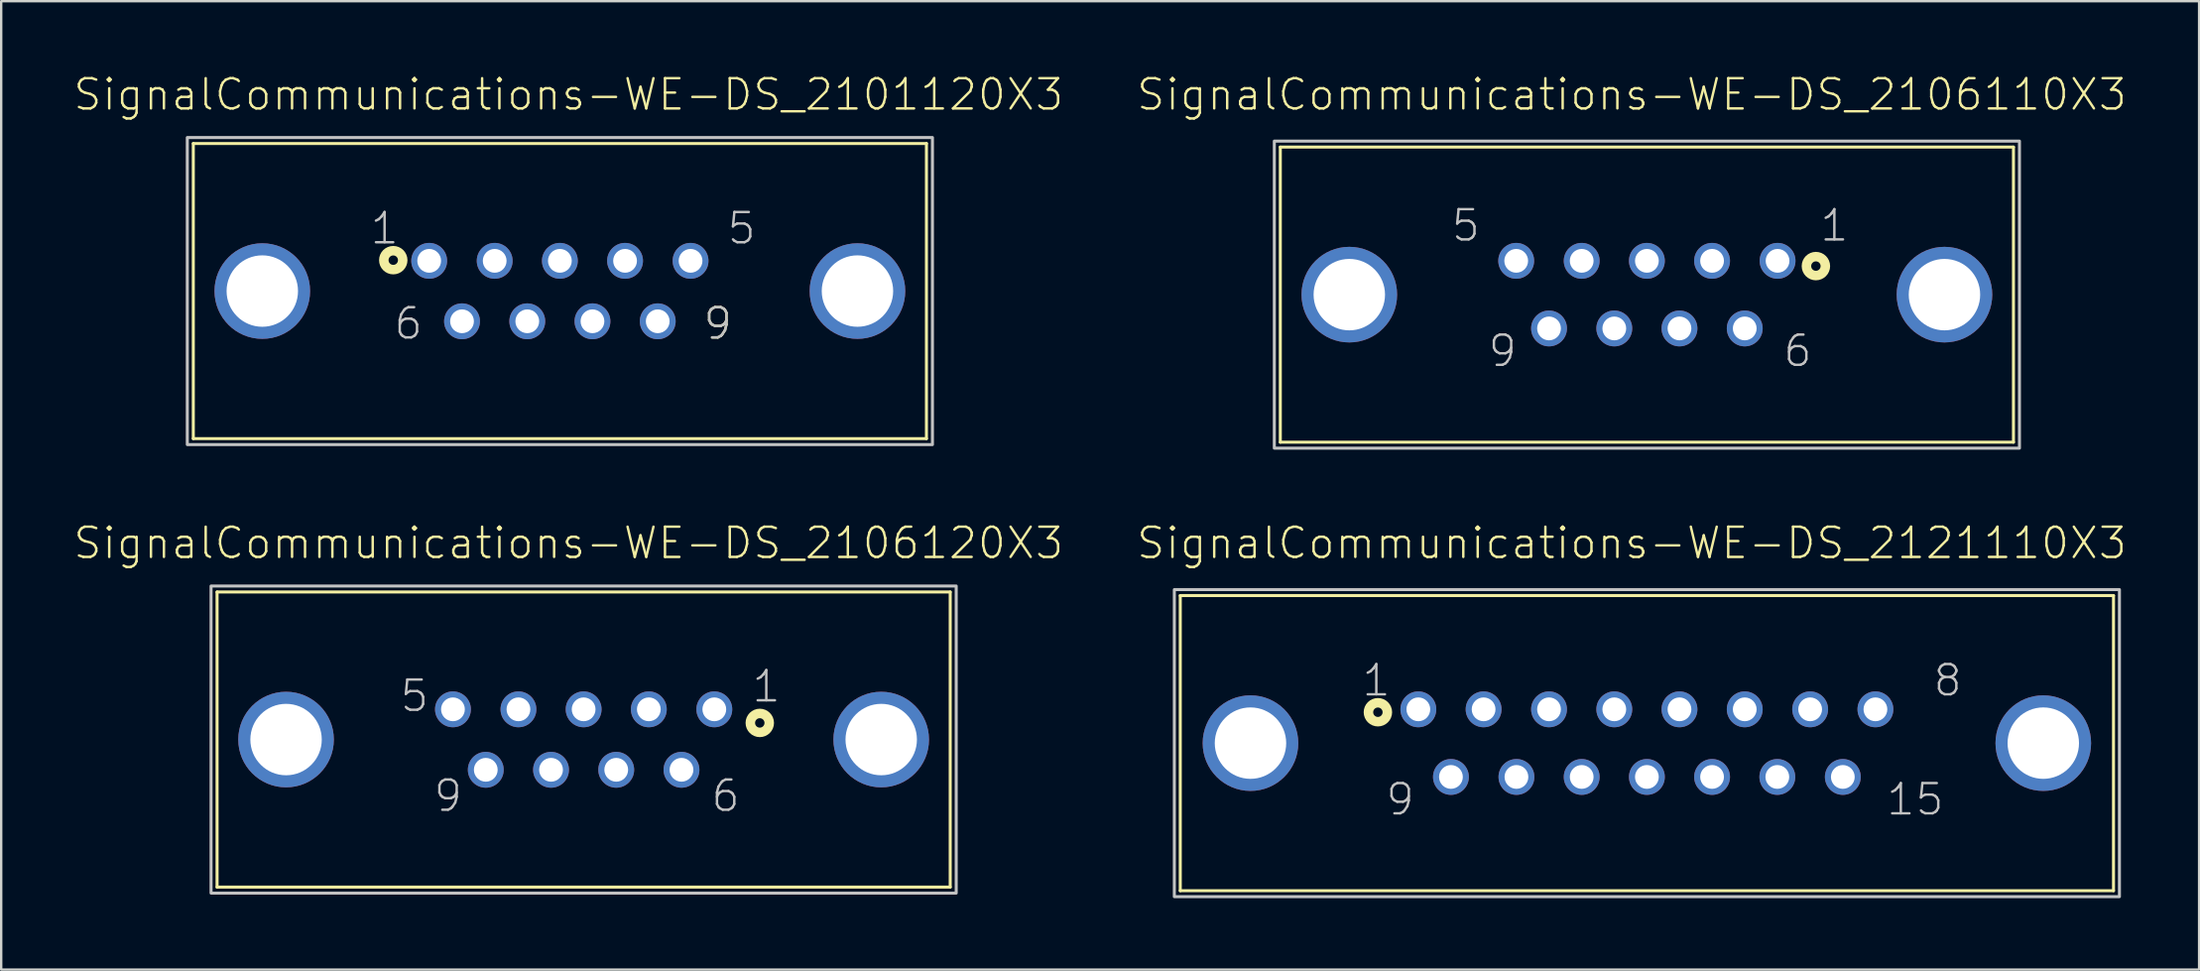
<source format=kicad_pcb>
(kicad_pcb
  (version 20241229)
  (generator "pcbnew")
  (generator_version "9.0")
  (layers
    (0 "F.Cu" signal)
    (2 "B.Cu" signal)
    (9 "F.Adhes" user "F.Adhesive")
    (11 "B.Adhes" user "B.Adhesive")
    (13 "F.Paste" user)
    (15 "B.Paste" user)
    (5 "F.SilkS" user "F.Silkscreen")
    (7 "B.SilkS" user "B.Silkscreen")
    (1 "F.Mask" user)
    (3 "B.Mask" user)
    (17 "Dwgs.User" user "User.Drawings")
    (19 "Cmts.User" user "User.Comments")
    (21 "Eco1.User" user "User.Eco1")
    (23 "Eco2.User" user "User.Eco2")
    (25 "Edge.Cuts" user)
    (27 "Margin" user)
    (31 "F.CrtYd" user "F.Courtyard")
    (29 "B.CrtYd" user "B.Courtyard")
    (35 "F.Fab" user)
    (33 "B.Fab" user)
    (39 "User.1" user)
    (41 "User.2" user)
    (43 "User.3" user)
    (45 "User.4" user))
  (footprint "SignalCommunications-WE-DS_2121110X3"
    (layer "F.Cu")
    (at 66.123 28.165)
    (property "Reference" "SignalCommunications-WE-DS_2121110X3" (at -0.635 -8.405 0) (layer "F.SilkS") (effects (font (size 1.27 1.27) (thickness 0.102))))
    (attr exclude_from_pos_files exclude_from_bom)
    (fp_line (start -19.599 -6.198) (end -19.599 6.198) (stroke (width 0.127) (type solid)) (layer "F.SilkS"))
    (fp_line (start -19.599 -6.198) (end 19.599 -6.198) (stroke (width 0.127) (type solid)) (layer "F.SilkS"))
    (fp_line (start -19.599 6.198) (end 19.599 6.198) (stroke (width 0.127) (type solid)) (layer "F.SilkS"))
    (fp_line (start 19.599 -6.198) (end 19.599 6.198) (stroke (width 0.127) (type solid)) (layer "F.SilkS"))
    (fp_circle (center -11.298 -1.298) (end -11.298 -1.496) (stroke (width 0.399) (type solid)) (fill no) (layer "F.SilkS"))
    (fp_poly (pts (xy -19.848 -6.449) (xy 19.848 -6.449) (xy 19.848 6.449) (xy -19.848 6.449) (xy -19.848 -6.449)) (stroke (width 0.127) (type solid)) (fill no) (layer "Dwgs.User"))
    (fp_text user "1" (at -11.364 -2.634 0) (layer "Dwgs.User") (effects (font (size 1.27 1.27) (thickness 0.102))))
    (fp_text user "8" (at 12.634 -2.634 0) (layer "Dwgs.User") (effects (font (size 1.27 1.27) (thickness 0.102))))
    (fp_text user "15" (at 11.27 2.365 0) (layer "Dwgs.User") (effects (font (size 1.27 1.27) (thickness 0.102))))
    (fp_text user "9" (at -10.363 2.365 0) (layer "Dwgs.User") (effects (font (size 1.27 1.27) (thickness 0.102))))
    (pad "1" thru_hole circle (at -9.599 -1.42) (size 1.506 1.506) (drill 0.998) (layers "*.Cu" "*.Paste" "*.Mask"))
    (pad "2" thru_hole circle (at -6.858 -1.42) (size 1.506 1.506) (drill 0.998) (layers "*.Cu" "*.Paste" "*.Mask"))
    (pad "3" thru_hole circle (at -4.11 -1.42) (size 1.506 1.506) (drill 0.998) (layers "*.Cu" "*.Paste" "*.Mask"))
    (pad "4" thru_hole circle (at -1.369 -1.42) (size 1.506 1.506) (drill 0.998) (layers "*.Cu" "*.Paste" "*.Mask"))
    (pad "5" thru_hole circle (at 1.369 -1.42) (size 1.506 1.506) (drill 0.998) (layers "*.Cu" "*.Paste" "*.Mask"))
    (pad "6" thru_hole circle (at 4.11 -1.42) (size 1.506 1.506) (drill 0.998) (layers "*.Cu" "*.Paste" "*.Mask"))
    (pad "7" thru_hole circle (at 6.858 -1.42) (size 1.506 1.506) (drill 0.998) (layers "*.Cu" "*.Paste" "*.Mask"))
    (pad "8" thru_hole circle (at 9.599 -1.42) (size 1.506 1.506) (drill 0.998) (layers "*.Cu" "*.Paste" "*.Mask"))
    (pad "9" thru_hole circle (at -8.23 1.42) (size 1.506 1.506) (drill 0.998) (layers "*.Cu" "*.Paste" "*.Mask"))
    (pad "10" thru_hole circle (at -5.479 1.42) (size 1.506 1.506) (drill 0.998) (layers "*.Cu" "*.Paste" "*.Mask"))
    (pad "11" thru_hole circle (at -2.738 1.42) (size 1.506 1.506) (drill 0.998) (layers "*.Cu" "*.Paste" "*.Mask"))
    (pad "12" thru_hole circle (at 0 1.42) (size 1.506 1.506) (drill 0.998) (layers "*.Cu" "*.Paste" "*.Mask"))
    (pad "13" thru_hole circle (at 2.738 1.42) (size 1.506 1.506) (drill 0.998) (layers "*.Cu" "*.Paste" "*.Mask"))
    (pad "14" thru_hole circle (at 5.479 1.42) (size 1.506 1.506) (drill 0.998) (layers "*.Cu" "*.Paste" "*.Mask"))
    (pad "15" thru_hole circle (at 8.23 1.42) (size 1.506 1.506) (drill 0.998) (layers "*.Cu" "*.Paste" "*.Mask"))
    (pad "GND1" thru_hole circle (at -16.65 0) (size 4.016 4.016) (drill 3) (layers "*.Cu" "*.Paste" "*.Mask"))
    (pad "GND2" thru_hole circle (at 16.65 0) (size 4.016 4.016) (drill 3) (layers "*.Cu" "*.Paste" "*.Mask")))
  (footprint "SignalCommunications-WE-DS_2101120X3"
    (layer "F.Cu")
    (at 20.466 9.176)
    (property "Reference" "SignalCommunications-WE-DS_2101120X3" (at 0.363 -8.255 0) (layer "F.SilkS") (effects (font (size 1.27 1.27) (thickness 0.102))))
    (attr exclude_from_pos_files exclude_from_bom)
    (fp_line (start -15.397 -6.198) (end -15.397 6.198) (stroke (width 0.127) (type solid)) (layer "F.SilkS"))
    (fp_line (start -15.397 -6.198) (end 15.397 -6.198) (stroke (width 0.127) (type solid)) (layer "F.SilkS"))
    (fp_line (start -15.397 6.198) (end 15.397 6.198) (stroke (width 0.127) (type solid)) (layer "F.SilkS"))
    (fp_line (start 15.397 -6.198) (end 15.397 6.198) (stroke (width 0.127) (type solid)) (layer "F.SilkS"))
    (fp_circle (center -6.998 -1.298) (end -6.998 -1.496) (stroke (width 0.399) (type solid)) (fill no) (layer "F.SilkS"))
    (fp_poly (pts (xy -15.649 -6.449) (xy 15.649 -6.449) (xy 15.649 6.449) (xy -15.649 6.449) (xy -15.649 -6.449)) (stroke (width 0.127) (type solid)) (fill no) (layer "Dwgs.User"))
    (fp_text user "9" (at 6.634 1.364 0) (layer "F.SilkS") (effects (font (size 1.27 1.27) (thickness 0.102))))
    (fp_text user "9" (at 6.634 1.364 0) (layer "Dwgs.User") (effects (font (size 1.27 1.27) (thickness 0.102))))
    (fp_text user "5" (at 7.633 -2.634 0) (layer "Dwgs.User") (effects (font (size 1.27 1.27) (thickness 0.102))))
    (fp_text user "1" (at -7.363 -2.634 0) (layer "Dwgs.User") (effects (font (size 1.27 1.27) (thickness 0.102))))
    (fp_text user "6" (at -6.363 1.364 0) (layer "Dwgs.User") (effects (font (size 1.27 1.27) (thickness 0.102))))
    (pad "1" thru_hole circle (at -5.489 -1.27) (size 1.506 1.506) (drill 0.998) (layers "*.Cu" "*.Paste" "*.Mask"))
    (pad "2" thru_hole circle (at -2.738 -1.27) (size 1.506 1.506) (drill 0.998) (layers "*.Cu" "*.Paste" "*.Mask"))
    (pad "3" thru_hole circle (at 0 -1.27) (size 1.506 1.506) (drill 0.998) (layers "*.Cu" "*.Paste" "*.Mask"))
    (pad "4" thru_hole circle (at 2.738 -1.27) (size 1.506 1.506) (drill 0.998) (layers "*.Cu" "*.Paste" "*.Mask"))
    (pad "5" thru_hole circle (at 5.489 -1.27) (size 1.506 1.506) (drill 0.998) (layers "*.Cu" "*.Paste" "*.Mask"))
    (pad "6" thru_hole circle (at -4.11 1.27) (size 1.506 1.506) (drill 0.998) (layers "*.Cu" "*.Paste" "*.Mask"))
    (pad "7" thru_hole circle (at -1.369 1.27) (size 1.506 1.506) (drill 0.998) (layers "*.Cu" "*.Paste" "*.Mask"))
    (pad "8" thru_hole circle (at 1.369 1.27) (size 1.506 1.506) (drill 0.998) (layers "*.Cu" "*.Paste" "*.Mask"))
    (pad "9" thru_hole circle (at 4.11 1.27) (size 1.506 1.506) (drill 0.998) (layers "*.Cu" "*.Paste" "*.Mask"))
    (pad "GND1" thru_hole circle (at -12.499 0) (size 4.016 4.016) (drill 3) (layers "*.Cu" "*.Paste" "*.Mask"))
    (pad "GND2" thru_hole circle (at 12.499 0) (size 4.016 4.016) (drill 3) (layers "*.Cu" "*.Paste" "*.Mask")))
  (footprint "SignalCommunications-WE-DS_2106110X3"
    (layer "F.Cu")
    (at 66.123 9.326)
    (property "Reference" "SignalCommunications-WE-DS_2106110X3" (at -0.635 -8.405 0) (layer "F.SilkS") (effects (font (size 1.27 1.27) (thickness 0.102))))
    (attr exclude_from_pos_files exclude_from_bom)
    (fp_line (start -15.397 -6.198) (end -15.397 6.198) (stroke (width 0.127) (type solid)) (layer "F.SilkS"))
    (fp_line (start -15.397 -6.198) (end 15.397 -6.198) (stroke (width 0.127) (type solid)) (layer "F.SilkS"))
    (fp_line (start -15.397 6.198) (end 15.397 6.198) (stroke (width 0.127) (type solid)) (layer "F.SilkS"))
    (fp_line (start 15.397 -6.198) (end 15.397 6.198) (stroke (width 0.127) (type solid)) (layer "F.SilkS"))
    (fp_circle (center 7.099 -1.199) (end 7.099 -1.397) (stroke (width 0.399) (type solid)) (fill no) (layer "F.SilkS"))
    (fp_poly (pts (xy -15.649 -6.449) (xy 15.649 -6.449) (xy 15.649 6.449) (xy -15.649 6.449) (xy -15.649 -6.449)) (stroke (width 0.127) (type solid)) (fill no) (layer "Dwgs.User"))
    (fp_text user "1" (at 7.874 -2.903 0) (layer "Dwgs.User") (effects (font (size 1.27 1.27) (thickness 0.102))))
    (fp_text user "6" (at 6.335 2.365 0) (layer "Dwgs.User") (effects (font (size 1.27 1.27) (thickness 0.102))))
    (fp_text user "9" (at -6.063 2.365 0) (layer "Dwgs.User") (effects (font (size 1.27 1.27) (thickness 0.102))))
    (fp_text user "5" (at -7.605 -2.903 0) (layer "Dwgs.User") (effects (font (size 1.27 1.27) (thickness 0.102))))
    (pad "1" thru_hole circle (at 5.489 -1.42) (size 1.506 1.506) (drill 0.998) (layers "*.Cu" "*.Paste" "*.Mask"))
    (pad "2" thru_hole circle (at 2.738 -1.42) (size 1.506 1.506) (drill 0.998) (layers "*.Cu" "*.Paste" "*.Mask"))
    (pad "3" thru_hole circle (at 0 -1.42) (size 1.506 1.506) (drill 0.998) (layers "*.Cu" "*.Paste" "*.Mask"))
    (pad "4" thru_hole circle (at -2.738 -1.42) (size 1.506 1.506) (drill 0.998) (layers "*.Cu" "*.Paste" "*.Mask"))
    (pad "5" thru_hole circle (at -5.489 -1.42) (size 1.506 1.506) (drill 0.998) (layers "*.Cu" "*.Paste" "*.Mask"))
    (pad "6" thru_hole circle (at 4.11 1.42) (size 1.506 1.506) (drill 0.998) (layers "*.Cu" "*.Paste" "*.Mask"))
    (pad "7" thru_hole circle (at 1.369 1.42) (size 1.506 1.506) (drill 0.998) (layers "*.Cu" "*.Paste" "*.Mask"))
    (pad "8" thru_hole circle (at -1.369 1.42) (size 1.506 1.506) (drill 0.998) (layers "*.Cu" "*.Paste" "*.Mask"))
    (pad "9" thru_hole circle (at -4.11 1.42) (size 1.506 1.506) (drill 0.998) (layers "*.Cu" "*.Paste" "*.Mask"))
    (pad "GND1" thru_hole circle (at -12.499 0) (size 4.016 4.016) (drill 3) (layers "*.Cu" "*.Paste" "*.Mask"))
    (pad "GND2" thru_hole circle (at 12.499 0) (size 4.016 4.016) (drill 3) (layers "*.Cu" "*.Paste" "*.Mask")))
  (footprint "SignalCommunications-WE-DS_2106120X3"
    (layer "F.Cu")
    (at 21.464 28.015)
    (property "Reference" "SignalCommunications-WE-DS_2106120X3" (at -0.635 -8.255 0) (layer "F.SilkS") (effects (font (size 1.27 1.27) (thickness 0.102))))
    (attr exclude_from_pos_files exclude_from_bom)
    (fp_line (start -15.397 -6.198) (end -15.397 6.198) (stroke (width 0.127) (type solid)) (layer "F.SilkS"))
    (fp_line (start -15.397 -6.198) (end 15.397 -6.198) (stroke (width 0.127) (type solid)) (layer "F.SilkS"))
    (fp_line (start -15.397 6.198) (end 15.397 6.198) (stroke (width 0.127) (type solid)) (layer "F.SilkS"))
    (fp_line (start 15.397 -6.198) (end 15.397 6.198) (stroke (width 0.127) (type solid)) (layer "F.SilkS"))
    (fp_circle (center 7.399 -0.699) (end 7.399 -0.897) (stroke (width 0.399) (type solid)) (fill no) (layer "F.SilkS"))
    (fp_poly (pts (xy -15.649 -6.449) (xy 15.649 -6.449) (xy 15.649 6.449) (xy -15.649 6.449) (xy -15.649 -6.449)) (stroke (width 0.127) (type solid)) (fill no) (layer "Dwgs.User"))
    (fp_text user "6" (at 5.964 2.365 0) (layer "Dwgs.User") (effects (font (size 1.27 1.27) (thickness 0.102))))
    (fp_text user "5" (at -7.104 -1.834 0) (layer "Dwgs.User") (effects (font (size 1.27 1.27) (thickness 0.102))))
    (fp_text user "1" (at 7.673 -2.233 0) (layer "Dwgs.User") (effects (font (size 1.27 1.27) (thickness 0.102))))
    (fp_text user "9" (at -5.695 2.365 0) (layer "Dwgs.User") (effects (font (size 1.27 1.27) (thickness 0.102))))
    (pad "1" thru_hole circle (at 5.489 -1.27) (size 1.506 1.506) (drill 0.998) (layers "*.Cu" "*.Paste" "*.Mask"))
    (pad "2" thru_hole circle (at 2.738 -1.27) (size 1.506 1.506) (drill 0.998) (layers "*.Cu" "*.Paste" "*.Mask"))
    (pad "3" thru_hole circle (at 0 -1.27) (size 1.506 1.506) (drill 0.998) (layers "*.Cu" "*.Paste" "*.Mask"))
    (pad "4" thru_hole circle (at -2.738 -1.27) (size 1.506 1.506) (drill 0.998) (layers "*.Cu" "*.Paste" "*.Mask"))
    (pad "5" thru_hole circle (at -5.489 -1.27) (size 1.506 1.506) (drill 0.998) (layers "*.Cu" "*.Paste" "*.Mask"))
    (pad "6" thru_hole circle (at 4.11 1.27) (size 1.506 1.506) (drill 0.998) (layers "*.Cu" "*.Paste" "*.Mask"))
    (pad "7" thru_hole circle (at 1.369 1.27) (size 1.506 1.506) (drill 0.998) (layers "*.Cu" "*.Paste" "*.Mask"))
    (pad "8" thru_hole circle (at -1.369 1.27) (size 1.506 1.506) (drill 0.998) (layers "*.Cu" "*.Paste" "*.Mask"))
    (pad "9" thru_hole circle (at -4.11 1.27) (size 1.506 1.506) (drill 0.998) (layers "*.Cu" "*.Paste" "*.Mask"))
    (pad "GND1" thru_hole circle (at -12.499 0) (size 4.016 4.016) (drill 3) (layers "*.Cu" "*.Paste" "*.Mask"))
    (pad "GND2" thru_hole circle (at 12.499 0) (size 4.016 4.016) (drill 3) (layers "*.Cu" "*.Paste" "*.Mask")))
  (gr_rect
    (start -3 -3)
    (end 89.317 37.677)
    (stroke (width 0.1) (type default))
    (fill no)
    (layer "Edge.Cuts")))
</source>
